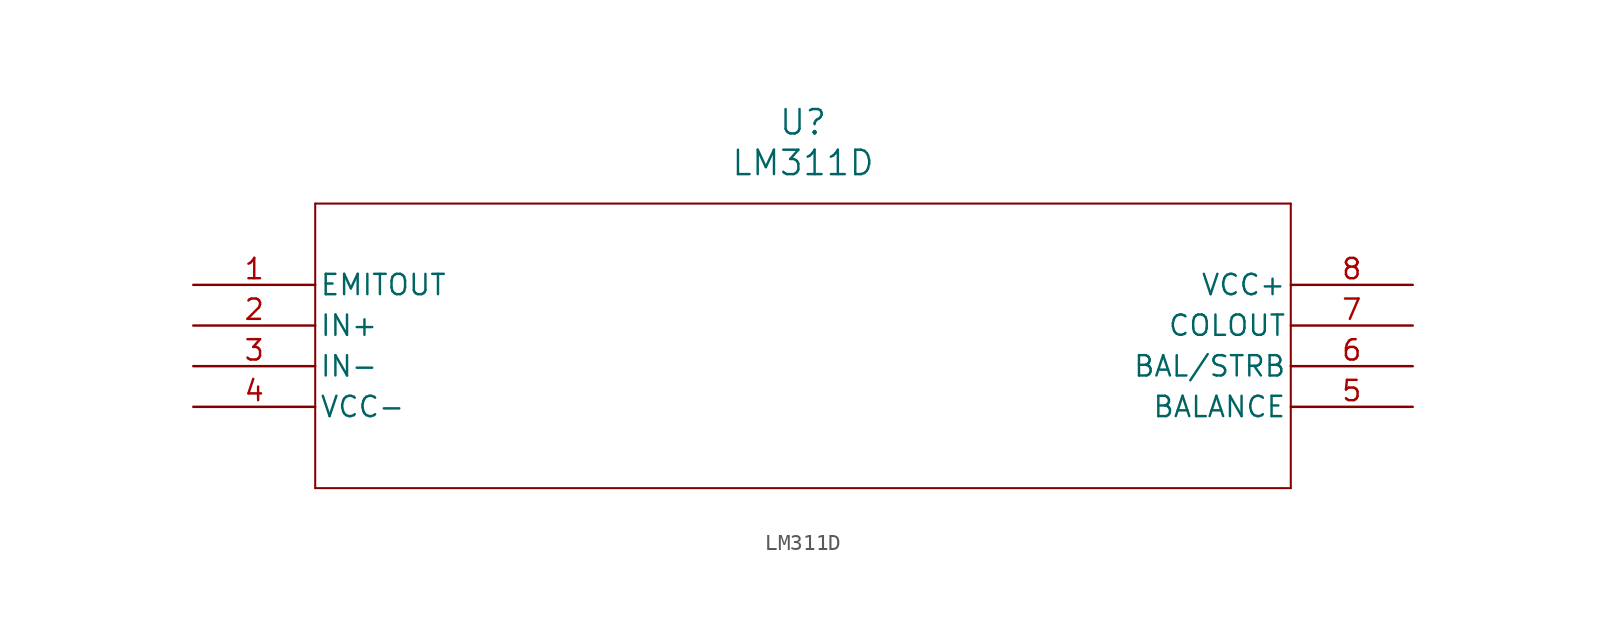
<source format=kicad_sym>
(kicad_symbol_lib
  (version 20211014)
  (generator kicad_symbol_editor)
  (symbol "LM311D"
    (pin_names
      (offset 0.254))
    (property "Reference" "U"
      (at 38.1 10.16 0)
      (effects (font (size 1.524 1.524))))
    (property "Value" "LM311D"
      (at 38.1 7.62 0)
      (effects (font (size 1.524 1.524))))
    (symbol "LM311D_0_1"
      (polyline (pts (xy 7.62 5.08) (xy 7.62 -12.7)) (stroke (width 0.127) (type default) (color 0 0 0 0)) (fill (type none)))
      (polyline (pts (xy 7.62 -12.7) (xy 68.58 -12.7)) (stroke (width 0.127) (type default) (color 0 0 0 0)) (fill (type none)))
      (polyline (pts (xy 68.58 -12.7) (xy 68.58 5.08)) (stroke (width 0.127) (type default) (color 0 0 0 0)) (fill (type none)))
      (polyline (pts (xy 68.58 5.08) (xy 7.62 5.08)) (stroke (width 0.127) (type default) (color 0 0 0 0)) (fill (type none)))
      (pin output line (at 0 0 0) (length 7.62) (name "EMITOUT" (effects (font (size 1.27 1.27)))) (number "1" (effects (font (size 1.27 1.27)))))
      (pin input line (at 0 -2.54 0) (length 7.62) (name "IN+" (effects (font (size 1.27 1.27)))) (number "2" (effects (font (size 1.27 1.27)))))
      (pin input line (at 0 -5.08 0) (length 7.62) (name "IN-" (effects (font (size 1.27 1.27)))) (number "3" (effects (font (size 1.27 1.27)))))
      (pin power_in line (at 0 -7.62 0) (length 7.62) (name "VCC-" (effects (font (size 1.27 1.27)))) (number "4" (effects (font (size 1.27 1.27)))))
      (pin unspecified line (at 76.2 -7.62 180) (length 7.62) (name "BALANCE" (effects (font (size 1.27 1.27)))) (number "5" (effects (font (size 1.27 1.27)))))
      (pin unspecified line (at 76.2 -5.08 180) (length 7.62) (name "BAL/STRB" (effects (font (size 1.27 1.27)))) (number "6" (effects (font (size 1.27 1.27)))))
      (pin output line (at 76.2 -2.54 180) (length 7.62) (name "COLOUT" (effects (font (size 1.27 1.27)))) (number "7" (effects (font (size 1.27 1.27)))))
      (pin power_in line (at 76.2 0 180) (length 7.62) (name "VCC+" (effects (font (size 1.27 1.27)))) (number "8" (effects (font (size 1.27 1.27))))))))
</source>
